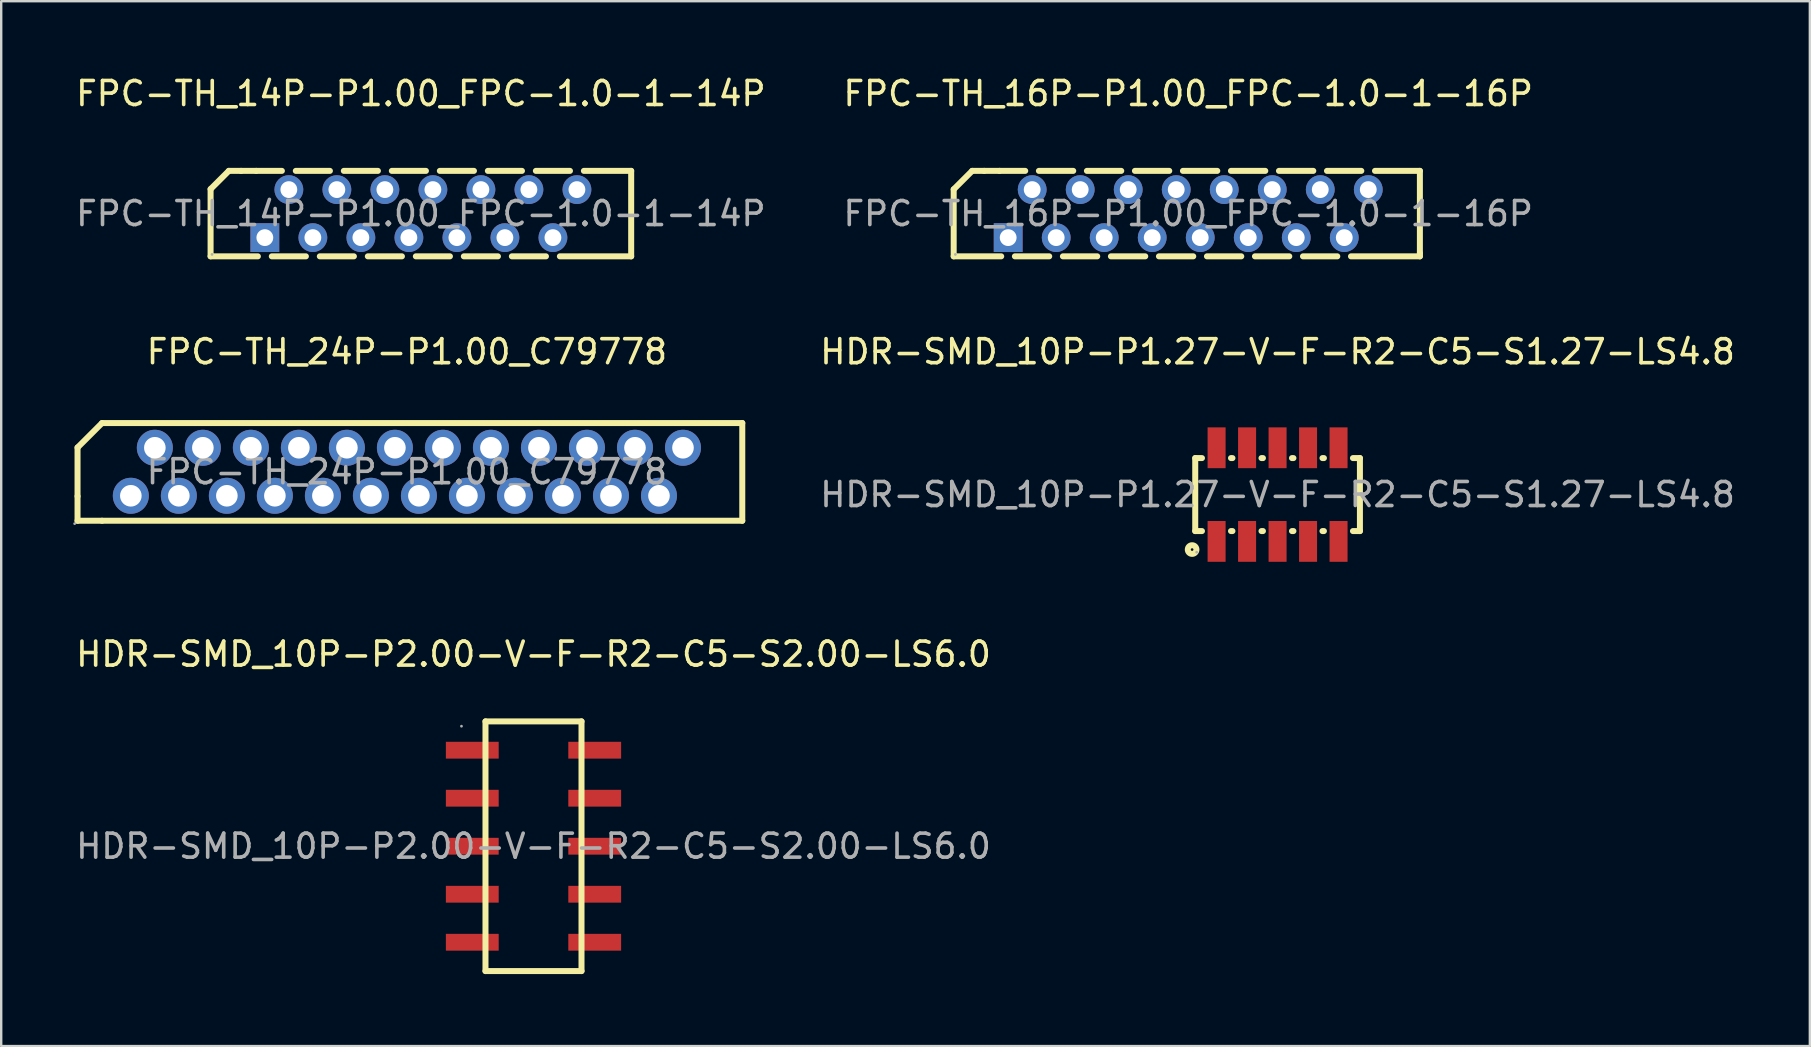
<source format=kicad_pcb>
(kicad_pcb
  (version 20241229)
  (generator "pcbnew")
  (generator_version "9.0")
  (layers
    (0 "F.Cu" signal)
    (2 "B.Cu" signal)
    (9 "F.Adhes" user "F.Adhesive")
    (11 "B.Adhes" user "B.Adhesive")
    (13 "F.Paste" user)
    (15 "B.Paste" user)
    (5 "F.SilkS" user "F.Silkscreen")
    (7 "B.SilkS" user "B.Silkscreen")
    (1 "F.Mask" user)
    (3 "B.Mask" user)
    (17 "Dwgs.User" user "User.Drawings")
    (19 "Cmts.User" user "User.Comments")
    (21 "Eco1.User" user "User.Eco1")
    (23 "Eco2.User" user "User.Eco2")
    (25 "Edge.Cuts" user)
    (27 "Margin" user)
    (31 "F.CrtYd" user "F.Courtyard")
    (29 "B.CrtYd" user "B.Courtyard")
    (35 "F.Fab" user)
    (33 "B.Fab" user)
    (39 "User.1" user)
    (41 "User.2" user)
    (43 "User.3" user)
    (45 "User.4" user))
  (footprint "FPC-TH_14P-P1.00_FPC-1.0-1-14P"
    (layer "F.Cu")
    (at 14.482 5.848)
    (property "Reference" "FPC-TH_14P-P1.00_FPC-1.0-1-14P" (at 0 -5 0) (layer "F.SilkS") (effects (font (size 1 1) (thickness 0.15))))
    (attr through_hole)
    (fp_line (start -8.76 -1.02) (end -8.76 1.78) (stroke (width 0.25) (type solid)) (layer "F.SilkS"))
    (fp_line (start -8.76 1.78) (end -6.79 1.78) (stroke (width 0.25) (type solid)) (layer "F.SilkS"))
    (fp_line (start -8 -1.78) (end -8.76 -1.02) (stroke (width 0.25) (type solid)) (layer "F.SilkS"))
    (fp_line (start -7.49 -1.78) (end -8 -1.78) (stroke (width 0.25) (type solid)) (layer "F.SilkS"))
    (fp_line (start -6.86 -1.78) (end -7.49 -1.78) (stroke (width 0.25) (type solid)) (layer "F.SilkS"))
    (fp_line (start -6.21 1.78) (end -4.79 1.78) (stroke (width 0.25) (type solid)) (layer "F.SilkS"))
    (fp_line (start -5.79 -1.78) (end -6.86 -1.78) (stroke (width 0.25) (type solid)) (layer "F.SilkS"))
    (fp_line (start -4.21 1.78) (end -2.79 1.78) (stroke (width 0.25) (type solid)) (layer "F.SilkS"))
    (fp_line (start -3.79 -1.78) (end -5.21 -1.78) (stroke (width 0.25) (type solid)) (layer "F.SilkS"))
    (fp_line (start -2.21 1.78) (end -0.79 1.78) (stroke (width 0.25) (type solid)) (layer "F.SilkS"))
    (fp_line (start -1.79 -1.78) (end -3.21 -1.78) (stroke (width 0.25) (type solid)) (layer "F.SilkS"))
    (fp_line (start -0.21 1.78) (end 1.21 1.78) (stroke (width 0.25) (type solid)) (layer "F.SilkS"))
    (fp_line (start 0.21 -1.78) (end -1.21 -1.78) (stroke (width 0.25) (type solid)) (layer "F.SilkS"))
    (fp_line (start 1.79 1.78) (end 3.21 1.78) (stroke (width 0.25) (type solid)) (layer "F.SilkS"))
    (fp_line (start 2.21 -1.78) (end 0.79 -1.78) (stroke (width 0.25) (type solid)) (layer "F.SilkS"))
    (fp_line (start 3.79 1.78) (end 5.21 1.78) (stroke (width 0.25) (type solid)) (layer "F.SilkS"))
    (fp_line (start 4.21 -1.78) (end 2.79 -1.78) (stroke (width 0.25) (type solid)) (layer "F.SilkS"))
    (fp_line (start 5.79 1.78) (end 8.76 1.78) (stroke (width 0.25) (type solid)) (layer "F.SilkS"))
    (fp_line (start 6.21 -1.78) (end 4.79 -1.78) (stroke (width 0.25) (type solid)) (layer "F.SilkS"))
    (fp_line (start 8.76 -1.78) (end 6.79 -1.78) (stroke (width 0.25) (type solid)) (layer "F.SilkS"))
    (fp_line (start 8.76 1.78) (end 8.76 -1.78) (stroke (width 0.25) (type solid)) (layer "F.SilkS"))
    (fp_circle (center -8.7 1.7) (end -8.67 1.7) (stroke (width 0.06) (type solid)) (fill no) (layer "F.Fab"))
    (fp_text user "${REFERENCE}" (at 0 0 0) (layer "F.Fab") (effects (font (size 1 1) (thickness 0.15))))
    (pad "1" thru_hole rect (at -6.5 1) (size 1.2 1.2) (drill 0.7) (layers "*.Cu" "*.Paste" "*.Mask"))
    (pad "2" thru_hole circle (at -5.5 -1) (size 1.2 1.2) (drill 0.7) (layers "*.Cu" "*.Paste" "*.Mask"))
    (pad "3" thru_hole circle (at -4.5 1) (size 1.2 1.2) (drill 0.7) (layers "*.Cu" "*.Paste" "*.Mask"))
    (pad "4" thru_hole circle (at -3.5 -1) (size 1.2 1.2) (drill 0.7) (layers "*.Cu" "*.Paste" "*.Mask"))
    (pad "5" thru_hole circle (at -2.5 1) (size 1.2 1.2) (drill 0.7) (layers "*.Cu" "*.Paste" "*.Mask"))
    (pad "6" thru_hole circle (at -1.5 -1) (size 1.2 1.2) (drill 0.7) (layers "*.Cu" "*.Paste" "*.Mask"))
    (pad "7" thru_hole circle (at -0.5 1) (size 1.2 1.2) (drill 0.7) (layers "*.Cu" "*.Paste" "*.Mask"))
    (pad "8" thru_hole circle (at 0.5 -1) (size 1.2 1.2) (drill 0.7) (layers "*.Cu" "*.Paste" "*.Mask"))
    (pad "9" thru_hole circle (at 1.5 1) (size 1.2 1.2) (drill 0.7) (layers "*.Cu" "*.Paste" "*.Mask"))
    (pad "10" thru_hole circle (at 2.5 -1) (size 1.2 1.2) (drill 0.7) (layers "*.Cu" "*.Paste" "*.Mask"))
    (pad "11" thru_hole circle (at 3.5 1) (size 1.2 1.2) (drill 0.7) (layers "*.Cu" "*.Paste" "*.Mask"))
    (pad "12" thru_hole circle (at 4.5 -1) (size 1.2 1.2) (drill 0.7) (layers "*.Cu" "*.Paste" "*.Mask"))
    (pad "13" thru_hole circle (at 5.5 1) (size 1.2 1.2) (drill 0.7) (layers "*.Cu" "*.Paste" "*.Mask"))
    (pad "14" thru_hole circle (at 6.5 -1) (size 1.2 1.2) (drill 0.7) (layers "*.Cu" "*.Paste" "*.Mask")))
  (footprint "HDR-SMD_10P-P2.00-V-F-R2-C5-S2.00-LS6.0"
    (layer "F.Cu")
    (at 19.173 32.2)
    (property "Reference" "HDR-SMD_10P-P2.00-V-F-R2-C5-S2.00-LS6.0" (at 0 -8 0) (layer "F.SilkS") (effects (font (size 1 1) (thickness 0.15))))
    (attr through_hole)
    (fp_line (start -2 -5.2) (end -2 5.2) (stroke (width 0.25) (type solid)) (layer "F.SilkS"))
    (fp_line (start -2 -5.2) (end 2 -5.2) (stroke (width 0.25) (type solid)) (layer "F.SilkS"))
    (fp_line (start 2 5.2) (end -2 5.2) (stroke (width 0.25) (type solid)) (layer "F.SilkS"))
    (fp_line (start 2 5.2) (end 2 -5.2) (stroke (width 0.25) (type solid)) (layer "F.SilkS"))
    (fp_circle (center -3 -5) (end -2.97 -5) (stroke (width 0.06) (type solid)) (fill no) (layer "F.Fab"))
    (fp_text user "${REFERENCE}" (at 0 0 0) (layer "F.Fab") (effects (font (size 1 1) (thickness 0.15))))
    (pad "1" smd rect (at -2.55 -4) (size 2.2 0.7) (layers "F.Cu" "F.Mask" "F.Paste"))
    (pad "2" smd rect (at 2.55 -4) (size 2.2 0.7) (layers "F.Cu" "F.Mask" "F.Paste"))
    (pad "3" smd rect (at -2.55 -2) (size 2.2 0.7) (layers "F.Cu" "F.Mask" "F.Paste"))
    (pad "4" smd rect (at 2.55 -2) (size 2.2 0.7) (layers "F.Cu" "F.Mask" "F.Paste"))
    (pad "5" smd rect (at -2.55 0) (size 2.2 0.7) (layers "F.Cu" "F.Mask" "F.Paste"))
    (pad "6" smd rect (at 2.55 0) (size 2.2 0.7) (layers "F.Cu" "F.Mask" "F.Paste"))
    (pad "7" smd rect (at -2.55 2) (size 2.2 0.7) (layers "F.Cu" "F.Mask" "F.Paste"))
    (pad "8" smd rect (at 2.55 2) (size 2.2 0.7) (layers "F.Cu" "F.Mask" "F.Paste"))
    (pad "9" smd rect (at -2.55 4) (size 2.2 0.7) (layers "F.Cu" "F.Mask" "F.Paste"))
    (pad "10" smd rect (at 2.55 4) (size 2.2 0.7) (layers "F.Cu" "F.Mask" "F.Paste")))
  (footprint "FPC-TH_24P-P1.00_C79778"
    (layer "F.Cu")
    (at 13.9 16.602)
    (property "Reference" "FPC-TH_24P-P1.00_C79778" (at 0 -5 0) (layer "F.SilkS") (effects (font (size 1 1) (thickness 0.15))))
    (attr through_hole)
    (fp_line (start -13.72 -1.01) (end -13.72 1.02) (stroke (width 0.25) (type solid)) (layer "F.SilkS"))
    (fp_line (start -13.72 1.02) (end -13.72 2.04) (stroke (width 0.25) (type solid)) (layer "F.SilkS"))
    (fp_line (start -13.72 2.04) (end -12.7 2.04) (stroke (width 0.25) (type solid)) (layer "F.SilkS"))
    (fp_line (start -12.7 -2.03) (end -13.72 -1.01) (stroke (width 0.25) (type solid)) (layer "F.SilkS"))
    (fp_line (start -12.7 2.04) (end 13.97 2.04) (stroke (width 0.25) (type solid)) (layer "F.SilkS"))
    (fp_line (start 13.97 -2.03) (end -12.7 -2.03) (stroke (width 0.25) (type solid)) (layer "F.SilkS"))
    (fp_line (start 13.97 2.04) (end 13.97 -2.03) (stroke (width 0.25) (type solid)) (layer "F.SilkS"))
    (fp_circle (center -13.84 2.16) (end -13.81 2.16) (stroke (width 0.06) (type solid)) (fill no) (layer "F.Fab"))
    (fp_circle (center -11.5 1) (end -11.32 1) (stroke (width 0.35) (type solid)) (fill no) (layer "F.Fab"))
    (fp_circle (center -10.5 -1) (end -10.32 -1) (stroke (width 0.35) (type solid)) (fill no) (layer "F.Fab"))
    (fp_circle (center -9.5 1) (end -9.32 1) (stroke (width 0.35) (type solid)) (fill no) (layer "F.Fab"))
    (fp_circle (center -8.5 -1) (end -8.32 -1) (stroke (width 0.35) (type solid)) (fill no) (layer "F.Fab"))
    (fp_circle (center -7.5 1) (end -7.32 1) (stroke (width 0.35) (type solid)) (fill no) (layer "F.Fab"))
    (fp_circle (center -6.5 -1) (end -6.32 -1) (stroke (width 0.35) (type solid)) (fill no) (layer "F.Fab"))
    (fp_circle (center -5.5 1) (end -5.32 1) (stroke (width 0.35) (type solid)) (fill no) (layer "F.Fab"))
    (fp_circle (center -4.5 -1) (end -4.32 -1) (stroke (width 0.35) (type solid)) (fill no) (layer "F.Fab"))
    (fp_circle (center -3.5 1) (end -3.32 1) (stroke (width 0.35) (type solid)) (fill no) (layer "F.Fab"))
    (fp_circle (center -2.5 -1) (end -2.32 -1) (stroke (width 0.35) (type solid)) (fill no) (layer "F.Fab"))
    (fp_circle (center -1.5 1) (end -1.32 1) (stroke (width 0.35) (type solid)) (fill no) (layer "F.Fab"))
    (fp_circle (center -0.5 -1) (end -0.32 -1) (stroke (width 0.35) (type solid)) (fill no) (layer "F.Fab"))
    (fp_circle (center 0.5 1) (end 0.68 1) (stroke (width 0.35) (type solid)) (fill no) (layer "F.Fab"))
    (fp_circle (center 1.5 -1) (end 1.68 -1) (stroke (width 0.35) (type solid)) (fill no) (layer "F.Fab"))
    (fp_circle (center 2.5 1) (end 2.68 1) (stroke (width 0.35) (type solid)) (fill no) (layer "F.Fab"))
    (fp_circle (center 3.5 -1) (end 3.68 -1) (stroke (width 0.35) (type solid)) (fill no) (layer "F.Fab"))
    (fp_circle (center 4.5 1) (end 4.68 1) (stroke (width 0.35) (type solid)) (fill no) (layer "F.Fab"))
    (fp_circle (center 5.5 -1) (end 5.68 -1) (stroke (width 0.35) (type solid)) (fill no) (layer "F.Fab"))
    (fp_circle (center 6.5 1) (end 6.68 1) (stroke (width 0.35) (type solid)) (fill no) (layer "F.Fab"))
    (fp_circle (center 7.5 -1) (end 7.68 -1) (stroke (width 0.35) (type solid)) (fill no) (layer "F.Fab"))
    (fp_circle (center 8.5 1) (end 8.68 1) (stroke (width 0.35) (type solid)) (fill no) (layer "F.Fab"))
    (fp_circle (center 9.5 -1) (end 9.68 -1) (stroke (width 0.35) (type solid)) (fill no) (layer "F.Fab"))
    (fp_circle (center 10.5 1) (end 10.68 1) (stroke (width 0.35) (type solid)) (fill no) (layer "F.Fab"))
    (fp_circle (center 11.5 -1) (end 11.68 -1) (stroke (width 0.35) (type solid)) (fill no) (layer "F.Fab"))
    (fp_text user "${REFERENCE}" (at 0 0 0) (layer "F.Fab") (effects (font (size 1 1) (thickness 0.15))))
    (pad "1" thru_hole circle (at -11.5 1) (size 1.5 1.5) (drill 0.9) (layers "*.Cu" "*.Paste" "*.Mask"))
    (pad "2" thru_hole circle (at -10.5 -1) (size 1.5 1.5) (drill 0.9) (layers "*.Cu" "*.Paste" "*.Mask"))
    (pad "3" thru_hole circle (at -9.5 1) (size 1.5 1.5) (drill 0.9) (layers "*.Cu" "*.Paste" "*.Mask"))
    (pad "4" thru_hole circle (at -8.5 -1) (size 1.5 1.5) (drill 0.9) (layers "*.Cu" "*.Paste" "*.Mask"))
    (pad "5" thru_hole circle (at -7.5 1) (size 1.5 1.5) (drill 0.9) (layers "*.Cu" "*.Paste" "*.Mask"))
    (pad "6" thru_hole circle (at -6.5 -1) (size 1.5 1.5) (drill 0.9) (layers "*.Cu" "*.Paste" "*.Mask"))
    (pad "7" thru_hole circle (at -5.5 1) (size 1.5 1.5) (drill 0.9) (layers "*.Cu" "*.Paste" "*.Mask"))
    (pad "8" thru_hole circle (at -4.5 -1) (size 1.5 1.5) (drill 0.9) (layers "*.Cu" "*.Paste" "*.Mask"))
    (pad "9" thru_hole circle (at -3.5 1) (size 1.5 1.5) (drill 0.9) (layers "*.Cu" "*.Paste" "*.Mask"))
    (pad "10" thru_hole circle (at -2.5 -1) (size 1.5 1.5) (drill 0.9) (layers "*.Cu" "*.Paste" "*.Mask"))
    (pad "11" thru_hole circle (at -1.5 1) (size 1.5 1.5) (drill 0.9) (layers "*.Cu" "*.Paste" "*.Mask"))
    (pad "12" thru_hole circle (at -0.5 -1) (size 1.5 1.5) (drill 0.9) (layers "*.Cu" "*.Paste" "*.Mask"))
    (pad "13" thru_hole circle (at 0.5 1) (size 1.5 1.5) (drill 0.9) (layers "*.Cu" "*.Paste" "*.Mask"))
    (pad "14" thru_hole circle (at 1.5 -1) (size 1.5 1.5) (drill 0.9) (layers "*.Cu" "*.Paste" "*.Mask"))
    (pad "15" thru_hole circle (at 2.5 1) (size 1.5 1.5) (drill 0.9) (layers "*.Cu" "*.Paste" "*.Mask"))
    (pad "16" thru_hole circle (at 3.5 -1) (size 1.5 1.5) (drill 0.9) (layers "*.Cu" "*.Paste" "*.Mask"))
    (pad "17" thru_hole circle (at 4.5 1) (size 1.5 1.5) (drill 0.9) (layers "*.Cu" "*.Paste" "*.Mask"))
    (pad "18" thru_hole circle (at 5.5 -1) (size 1.5 1.5) (drill 0.9) (layers "*.Cu" "*.Paste" "*.Mask"))
    (pad "19" thru_hole circle (at 6.5 1) (size 1.5 1.5) (drill 0.9) (layers "*.Cu" "*.Paste" "*.Mask"))
    (pad "20" thru_hole circle (at 7.5 -1) (size 1.5 1.5) (drill 0.9) (layers "*.Cu" "*.Paste" "*.Mask"))
    (pad "21" thru_hole circle (at 8.5 1) (size 1.5 1.5) (drill 0.9) (layers "*.Cu" "*.Paste" "*.Mask"))
    (pad "22" thru_hole circle (at 9.5 -1) (size 1.5 1.5) (drill 0.9) (layers "*.Cu" "*.Paste" "*.Mask"))
    (pad "23" thru_hole circle (at 10.5 1) (size 1.5 1.5) (drill 0.9) (layers "*.Cu" "*.Paste" "*.Mask"))
    (pad "24" thru_hole circle (at 11.5 -1) (size 1.5 1.5) (drill 0.9) (layers "*.Cu" "*.Paste" "*.Mask")))
  (footprint "FPC-TH_16P-P1.00_FPC-1.0-1-16P"
    (layer "F.Cu")
    (at 46.446 5.848)
    (property "Reference" "FPC-TH_16P-P1.00_FPC-1.0-1-16P" (at 0 -5 0) (layer "F.SilkS") (effects (font (size 1 1) (thickness 0.15))))
    (attr through_hole)
    (fp_line (start -9.77 -1.01) (end -9.77 1.78) (stroke (width 0.25) (type solid)) (layer "F.SilkS"))
    (fp_line (start -9.77 1.78) (end -7.79 1.78) (stroke (width 0.25) (type solid)) (layer "F.SilkS"))
    (fp_line (start -9 -1.78) (end -9.77 -1.01) (stroke (width 0.25) (type solid)) (layer "F.SilkS"))
    (fp_line (start -8.5 -1.78) (end -9 -1.78) (stroke (width 0.25) (type solid)) (layer "F.SilkS"))
    (fp_line (start -7.86 -1.78) (end -8.5 -1.78) (stroke (width 0.25) (type solid)) (layer "F.SilkS"))
    (fp_line (start -7.22 1.78) (end -5.79 1.78) (stroke (width 0.25) (type solid)) (layer "F.SilkS"))
    (fp_line (start -6.79 -1.78) (end -7.86 -1.78) (stroke (width 0.25) (type solid)) (layer "F.SilkS"))
    (fp_line (start -5.22 1.78) (end -3.79 1.78) (stroke (width 0.25) (type solid)) (layer "F.SilkS"))
    (fp_line (start -4.79 -1.78) (end -6.22 -1.78) (stroke (width 0.25) (type solid)) (layer "F.SilkS"))
    (fp_line (start -3.22 1.78) (end -1.79 1.78) (stroke (width 0.25) (type solid)) (layer "F.SilkS"))
    (fp_line (start -2.79 -1.78) (end -4.22 -1.78) (stroke (width 0.25) (type solid)) (layer "F.SilkS"))
    (fp_line (start -1.22 1.78) (end 0.21 1.78) (stroke (width 0.25) (type solid)) (layer "F.SilkS"))
    (fp_line (start -0.79 -1.78) (end -2.22 -1.78) (stroke (width 0.25) (type solid)) (layer "F.SilkS"))
    (fp_line (start 0.78 1.78) (end 2.21 1.78) (stroke (width 0.25) (type solid)) (layer "F.SilkS"))
    (fp_line (start 1.21 -1.78) (end -0.22 -1.78) (stroke (width 0.25) (type solid)) (layer "F.SilkS"))
    (fp_line (start 2.78 1.78) (end 4.21 1.78) (stroke (width 0.25) (type solid)) (layer "F.SilkS"))
    (fp_line (start 3.21 -1.78) (end 1.78 -1.78) (stroke (width 0.25) (type solid)) (layer "F.SilkS"))
    (fp_line (start 5.21 -1.78) (end 3.78 -1.78) (stroke (width 0.25) (type solid)) (layer "F.SilkS"))
    (fp_line (start 5.78 -1.78) (end 7.21 -1.78) (stroke (width 0.25) (type solid)) (layer "F.SilkS"))
    (fp_line (start 6.21 1.78) (end 4.78 1.78) (stroke (width 0.25) (type solid)) (layer "F.SilkS"))
    (fp_line (start 7.78 -1.78) (end 9.65 -1.78) (stroke (width 0.25) (type solid)) (layer "F.SilkS"))
    (fp_line (start 9.65 -1.78) (end 9.65 1.65) (stroke (width 0.25) (type solid)) (layer "F.SilkS"))
    (fp_line (start 9.65 1.65) (end 9.65 1.78) (stroke (width 0.25) (type solid)) (layer "F.SilkS"))
    (fp_line (start 9.65 1.78) (end 6.78 1.78) (stroke (width 0.25) (type solid)) (layer "F.SilkS"))
    (fp_circle (center -9.7 1.7) (end -9.67 1.7) (stroke (width 0.06) (type solid)) (fill no) (layer "F.Fab"))
    (fp_text user "${REFERENCE}" (at 0 0 0) (layer "F.Fab") (effects (font (size 1 1) (thickness 0.15))))
    (pad "1" thru_hole rect (at -7.5 1) (size 1.2 1.2) (drill 0.7) (layers "*.Cu" "*.Paste" "*.Mask"))
    (pad "2" thru_hole circle (at -6.5 -1) (size 1.2 1.2) (drill 0.7) (layers "*.Cu" "*.Paste" "*.Mask"))
    (pad "3" thru_hole circle (at -5.5 1) (size 1.2 1.2) (drill 0.7) (layers "*.Cu" "*.Paste" "*.Mask"))
    (pad "4" thru_hole circle (at -4.5 -1) (size 1.2 1.2) (drill 0.7) (layers "*.Cu" "*.Paste" "*.Mask"))
    (pad "5" thru_hole circle (at -3.5 1) (size 1.2 1.2) (drill 0.7) (layers "*.Cu" "*.Paste" "*.Mask"))
    (pad "6" thru_hole circle (at -2.5 -1) (size 1.2 1.2) (drill 0.7) (layers "*.Cu" "*.Paste" "*.Mask"))
    (pad "7" thru_hole circle (at -1.5 1) (size 1.2 1.2) (drill 0.7) (layers "*.Cu" "*.Paste" "*.Mask"))
    (pad "8" thru_hole circle (at -0.5 -1) (size 1.2 1.2) (drill 0.7) (layers "*.Cu" "*.Paste" "*.Mask"))
    (pad "9" thru_hole circle (at 0.5 1) (size 1.2 1.2) (drill 0.7) (layers "*.Cu" "*.Paste" "*.Mask"))
    (pad "10" thru_hole circle (at 1.5 -1) (size 1.2 1.2) (drill 0.7) (layers "*.Cu" "*.Paste" "*.Mask"))
    (pad "11" thru_hole circle (at 2.5 1) (size 1.2 1.2) (drill 0.7) (layers "*.Cu" "*.Paste" "*.Mask"))
    (pad "12" thru_hole circle (at 3.5 -1) (size 1.2 1.2) (drill 0.7) (layers "*.Cu" "*.Paste" "*.Mask"))
    (pad "13" thru_hole circle (at 4.5 1) (size 1.2 1.2) (drill 0.7) (layers "*.Cu" "*.Paste" "*.Mask"))
    (pad "14" thru_hole circle (at 5.5 -1) (size 1.2 1.2) (drill 0.7) (layers "*.Cu" "*.Paste" "*.Mask"))
    (pad "15" thru_hole circle (at 6.5 1) (size 1.2 1.2) (drill 0.7) (layers "*.Cu" "*.Paste" "*.Mask"))
    (pad "16" thru_hole circle (at 7.5 -1) (size 1.2 1.2) (drill 0.7) (layers "*.Cu" "*.Paste" "*.Mask")))
  (footprint "HDR-SMD_10P-P1.27-V-F-R2-C5-S1.27-LS4.8"
    (layer "F.Cu")
    (at 50.168 17.552)
    (property "Reference" "HDR-SMD_10P-P1.27-V-F-R2-C5-S1.27-LS4.8" (at 0 -5.95 0) (layer "F.SilkS") (effects (font (size 1 1) (thickness 0.15))))
    (attr through_hole)
    (fp_line (start -3.43 -1.52) (end -3.43 1.52) (stroke (width 0.25) (type solid)) (layer "F.SilkS"))
    (fp_line (start -3.43 1.52) (end -3.15 1.52) (stroke (width 0.25) (type solid)) (layer "F.SilkS"))
    (fp_line (start -3.15 -1.52) (end -3.43 -1.52) (stroke (width 0.25) (type solid)) (layer "F.SilkS"))
    (fp_line (start -1.94 1.52) (end -1.88 1.52) (stroke (width 0.25) (type solid)) (layer "F.SilkS"))
    (fp_line (start -1.88 -1.52) (end -1.94 -1.52) (stroke (width 0.25) (type solid)) (layer "F.SilkS"))
    (fp_line (start -0.67 1.52) (end -0.61 1.52) (stroke (width 0.25) (type solid)) (layer "F.SilkS"))
    (fp_line (start -0.61 -1.52) (end -0.67 -1.52) (stroke (width 0.25) (type solid)) (layer "F.SilkS"))
    (fp_line (start 0.6 1.52) (end 0.66 1.52) (stroke (width 0.25) (type solid)) (layer "F.SilkS"))
    (fp_line (start 0.66 -1.52) (end 0.6 -1.52) (stroke (width 0.25) (type solid)) (layer "F.SilkS"))
    (fp_line (start 1.87 1.52) (end 1.93 1.52) (stroke (width 0.25) (type solid)) (layer "F.SilkS"))
    (fp_line (start 1.93 -1.52) (end 1.87 -1.52) (stroke (width 0.25) (type solid)) (layer "F.SilkS"))
    (fp_line (start 3.14 1.52) (end 3.43 1.52) (stroke (width 0.25) (type solid)) (layer "F.SilkS"))
    (fp_line (start 3.43 -1.52) (end 3.14 -1.52) (stroke (width 0.25) (type solid)) (layer "F.SilkS"))
    (fp_line (start 3.43 1.52) (end 3.43 -1.52) (stroke (width 0.25) (type solid)) (layer "F.SilkS"))
    (fp_circle (center -3.56 2.29) (end -3.38 2.29) (stroke (width 0.25) (type solid)) (fill no) (layer "F.SilkS"))
    (fp_circle (center -3.37 2.4) (end -3.34 2.4) (stroke (width 0.06) (type solid)) (fill no) (layer "F.Fab"))
    (fp_text user "${REFERENCE}" (at 0 0 0) (layer "F.Fab") (effects (font (size 1 1) (thickness 0.15))))
    (pad "1" smd rect (at -2.54 1.95) (size 0.75 1.7) (layers "F.Cu" "F.Mask" "F.Paste"))
    (pad "2" smd rect (at -2.54 -1.95) (size 0.75 1.7) (layers "F.Cu" "F.Mask" "F.Paste"))
    (pad "3" smd rect (at -1.27 1.95) (size 0.75 1.7) (layers "F.Cu" "F.Mask" "F.Paste"))
    (pad "4" smd rect (at -1.27 -1.95) (size 0.75 1.7) (layers "F.Cu" "F.Mask" "F.Paste"))
    (pad "5" smd rect (at 0 1.95) (size 0.75 1.7) (layers "F.Cu" "F.Mask" "F.Paste"))
    (pad "6" smd rect (at 0 -1.95) (size 0.75 1.7) (layers "F.Cu" "F.Mask" "F.Paste"))
    (pad "7" smd rect (at 1.27 1.95) (size 0.75 1.7) (layers "F.Cu" "F.Mask" "F.Paste"))
    (pad "8" smd rect (at 1.27 -1.95) (size 0.75 1.7) (layers "F.Cu" "F.Mask" "F.Paste"))
    (pad "9" smd rect (at 2.54 1.95) (size 0.75 1.7) (layers "F.Cu" "F.Mask" "F.Paste"))
    (pad "10" smd rect (at 2.54 -1.95) (size 0.75 1.7) (layers "F.Cu" "F.Mask" "F.Paste")))
  (gr_rect
    (start -3 -3)
    (end 72.34 40.525)
    (stroke (width 0.1) (type default))
    (fill no)
    (layer "Edge.Cuts")))
</source>
